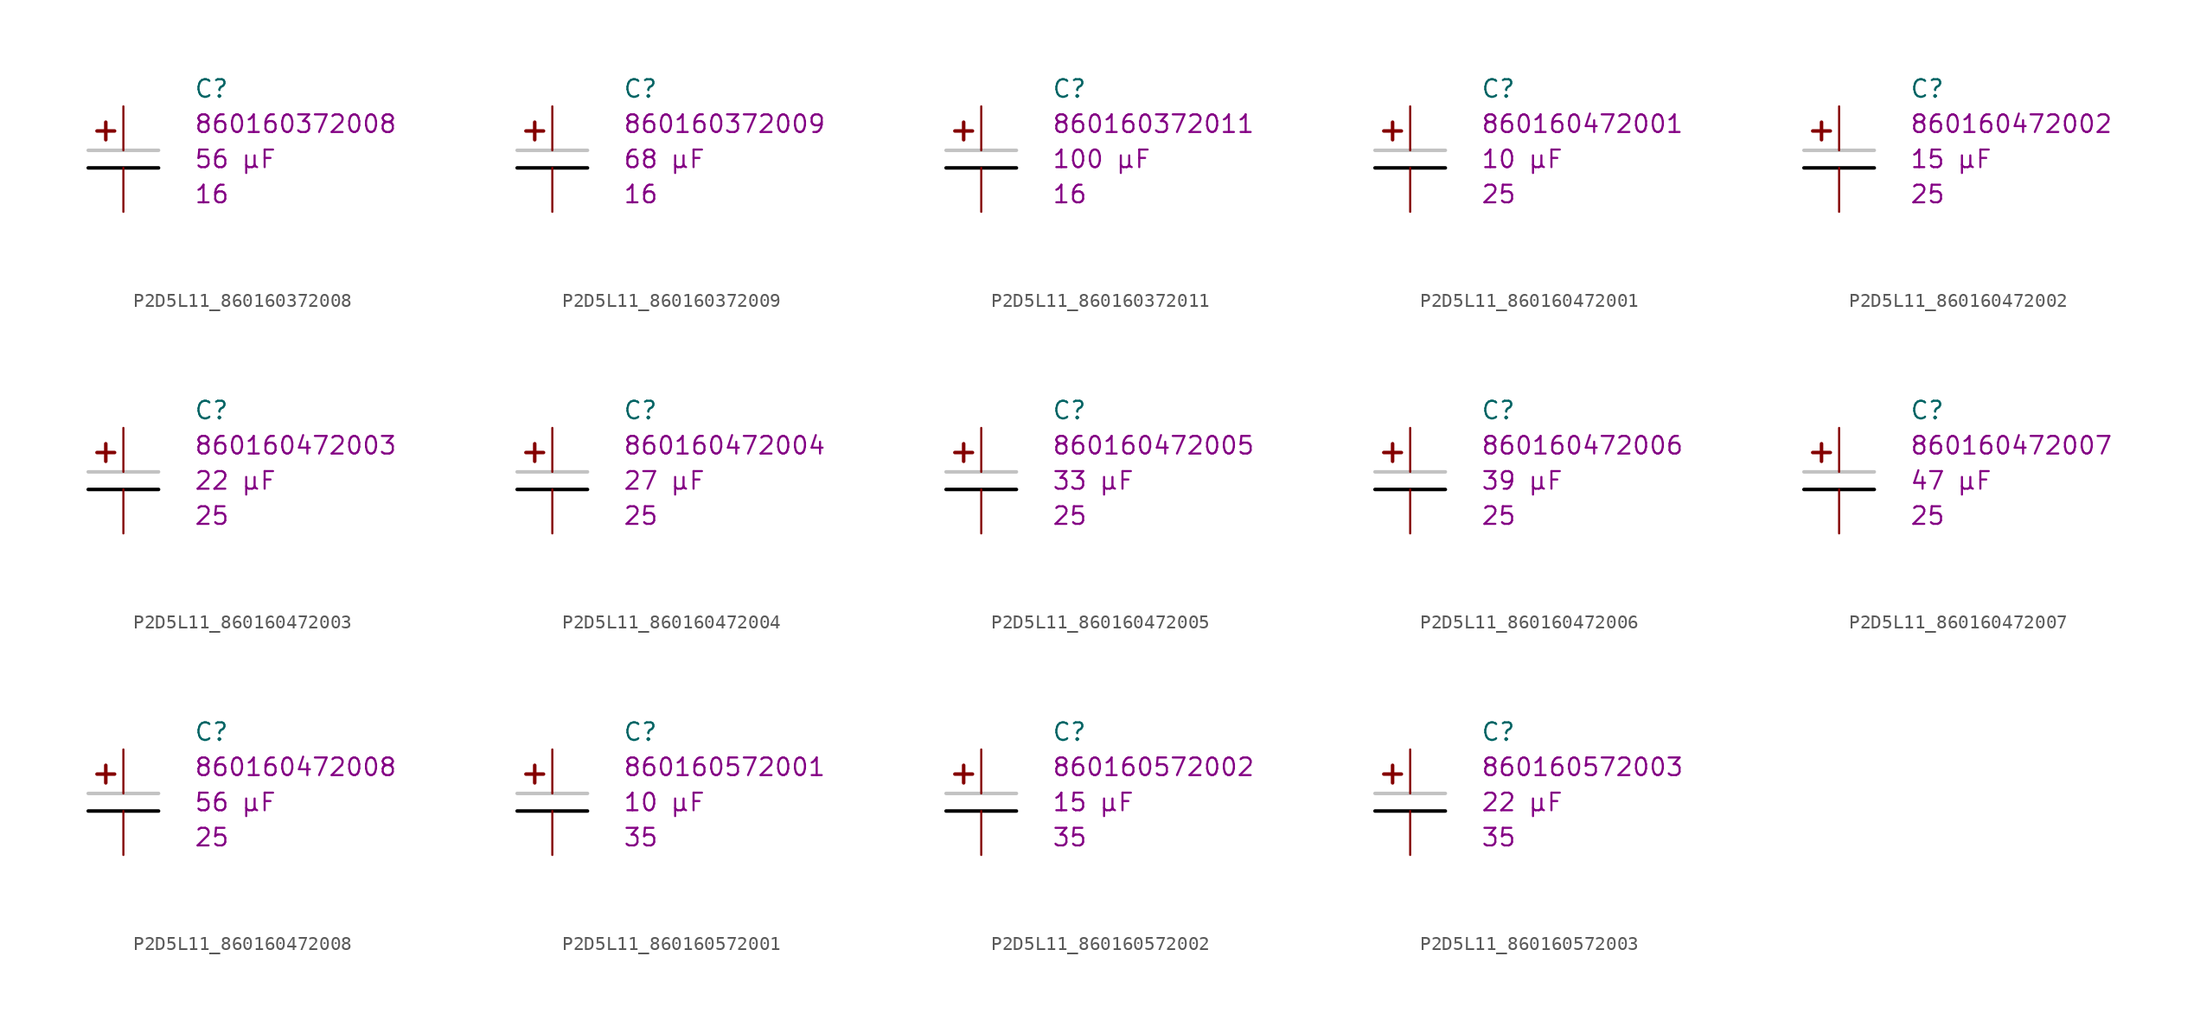
<source format=kicad_sym>
(kicad_symbol_lib
  (version 20220914)
  (generator kicad_symbol_editor)
  (symbol "P2D5L11_860160372008"
    (pin_numbers hide)
    (pin_names hide)
    (property "Reference" "C"
      (at 5.08 5.08 0)
      (effects (font (size 1.27 1.27)) (justify left)))
    (property "Part Number" "860160372008"
      (at 5.08 2.54 0)
      (effects (font (size 1.27 1.27)) (justify left)))
    (property "Capacitance" "56 µF"
      (at 5.08 0 0)
      (effects (font (size 1.27 1.27)) (justify left)))
    (property "Voltage" "16"
      (at 5.08 -2.54 0)
      (effects (font (size 1.27 1.27)) (justify left)))
    (property "Critical Parameter" ""
      (at 0 -7.62 0)
      (effects (font (size 1.27 1.27))))
    (symbol "P2D5L11_860160372008_1_1"
      (polyline (pts (xy -1.27 2.667) (xy -1.27 1.397)) (stroke (width 0.254) (type default)) (fill (type none)))
      (polyline (pts (xy -0.635 2.032) (xy -1.905 2.032)) (stroke (width 0.254) (type default)) (fill (type none)))
      (polyline (pts (xy 2.54 -0.635) (xy -2.54 -0.635)) (stroke (width 0.254) (type default) (color 0 0 0 1)) (fill (type none)))
      (polyline (pts (xy 2.54 0.635) (xy -2.54 0.635)) (stroke (width 0.254) (type default) (color 194 194 194 1)) (fill (type none)))
      (pin passive line (at 0 3.81 270) (length 3.175) (name "1" (effects (font (size 1.27 1.27)))) (number "1" (effects (font (size 1.27 1.27)))))
      (pin passive line (at 0 -3.81 90) (length 3.175) (name "2" (effects (font (size 1.27 1.27)))) (number "2" (effects (font (size 1.27 1.27)))))))
  (symbol "P2D5L11_860160372009"
    (pin_numbers hide)
    (pin_names hide)
    (property "Reference" "C"
      (at 5.08 5.08 0)
      (effects (font (size 1.27 1.27)) (justify left)))
    (property "Part Number" "860160372009"
      (at 5.08 2.54 0)
      (effects (font (size 1.27 1.27)) (justify left)))
    (property "Capacitance" "68 µF"
      (at 5.08 0 0)
      (effects (font (size 1.27 1.27)) (justify left)))
    (property "Voltage" "16"
      (at 5.08 -2.54 0)
      (effects (font (size 1.27 1.27)) (justify left)))
    (property "Critical Parameter" ""
      (at 0 -7.62 0)
      (effects (font (size 1.27 1.27))))
    (symbol "P2D5L11_860160372009_1_1"
      (polyline (pts (xy -1.27 2.667) (xy -1.27 1.397)) (stroke (width 0.254) (type default)) (fill (type none)))
      (polyline (pts (xy -0.635 2.032) (xy -1.905 2.032)) (stroke (width 0.254) (type default)) (fill (type none)))
      (polyline (pts (xy 2.54 -0.635) (xy -2.54 -0.635)) (stroke (width 0.254) (type default) (color 0 0 0 1)) (fill (type none)))
      (polyline (pts (xy 2.54 0.635) (xy -2.54 0.635)) (stroke (width 0.254) (type default) (color 194 194 194 1)) (fill (type none)))
      (pin passive line (at 0 3.81 270) (length 3.175) (name "1" (effects (font (size 1.27 1.27)))) (number "1" (effects (font (size 1.27 1.27)))))
      (pin passive line (at 0 -3.81 90) (length 3.175) (name "2" (effects (font (size 1.27 1.27)))) (number "2" (effects (font (size 1.27 1.27)))))))
  (symbol "P2D5L11_860160372011"
    (pin_numbers hide)
    (pin_names hide)
    (property "Reference" "C"
      (at 5.08 5.08 0)
      (effects (font (size 1.27 1.27)) (justify left)))
    (property "Part Number" "860160372011"
      (at 5.08 2.54 0)
      (effects (font (size 1.27 1.27)) (justify left)))
    (property "Capacitance" "100 µF"
      (at 5.08 0 0)
      (effects (font (size 1.27 1.27)) (justify left)))
    (property "Voltage" "16"
      (at 5.08 -2.54 0)
      (effects (font (size 1.27 1.27)) (justify left)))
    (property "Critical Parameter" ""
      (at 0 -7.62 0)
      (effects (font (size 1.27 1.27))))
    (symbol "P2D5L11_860160372011_1_1"
      (polyline (pts (xy -1.27 2.667) (xy -1.27 1.397)) (stroke (width 0.254) (type default)) (fill (type none)))
      (polyline (pts (xy -0.635 2.032) (xy -1.905 2.032)) (stroke (width 0.254) (type default)) (fill (type none)))
      (polyline (pts (xy 2.54 -0.635) (xy -2.54 -0.635)) (stroke (width 0.254) (type default) (color 0 0 0 1)) (fill (type none)))
      (polyline (pts (xy 2.54 0.635) (xy -2.54 0.635)) (stroke (width 0.254) (type default) (color 194 194 194 1)) (fill (type none)))
      (pin passive line (at 0 3.81 270) (length 3.175) (name "1" (effects (font (size 1.27 1.27)))) (number "1" (effects (font (size 1.27 1.27)))))
      (pin passive line (at 0 -3.81 90) (length 3.175) (name "2" (effects (font (size 1.27 1.27)))) (number "2" (effects (font (size 1.27 1.27)))))))
  (symbol "P2D5L11_860160472001"
    (pin_numbers hide)
    (pin_names hide)
    (property "Reference" "C"
      (at 5.08 5.08 0)
      (effects (font (size 1.27 1.27)) (justify left)))
    (property "Part Number" "860160472001"
      (at 5.08 2.54 0)
      (effects (font (size 1.27 1.27)) (justify left)))
    (property "Capacitance" "10 µF"
      (at 5.08 0 0)
      (effects (font (size 1.27 1.27)) (justify left)))
    (property "Voltage" "25"
      (at 5.08 -2.54 0)
      (effects (font (size 1.27 1.27)) (justify left)))
    (property "Critical Parameter" ""
      (at 0 -7.62 0)
      (effects (font (size 1.27 1.27))))
    (symbol "P2D5L11_860160472001_1_1"
      (polyline (pts (xy -1.27 2.667) (xy -1.27 1.397)) (stroke (width 0.254) (type default)) (fill (type none)))
      (polyline (pts (xy -0.635 2.032) (xy -1.905 2.032)) (stroke (width 0.254) (type default)) (fill (type none)))
      (polyline (pts (xy 2.54 -0.635) (xy -2.54 -0.635)) (stroke (width 0.254) (type default) (color 0 0 0 1)) (fill (type none)))
      (polyline (pts (xy 2.54 0.635) (xy -2.54 0.635)) (stroke (width 0.254) (type default) (color 194 194 194 1)) (fill (type none)))
      (pin passive line (at 0 3.81 270) (length 3.175) (name "1" (effects (font (size 1.27 1.27)))) (number "1" (effects (font (size 1.27 1.27)))))
      (pin passive line (at 0 -3.81 90) (length 3.175) (name "2" (effects (font (size 1.27 1.27)))) (number "2" (effects (font (size 1.27 1.27)))))))
  (symbol "P2D5L11_860160472002"
    (pin_numbers hide)
    (pin_names hide)
    (property "Reference" "C"
      (at 5.08 5.08 0)
      (effects (font (size 1.27 1.27)) (justify left)))
    (property "Part Number" "860160472002"
      (at 5.08 2.54 0)
      (effects (font (size 1.27 1.27)) (justify left)))
    (property "Capacitance" "15 µF"
      (at 5.08 0 0)
      (effects (font (size 1.27 1.27)) (justify left)))
    (property "Voltage" "25"
      (at 5.08 -2.54 0)
      (effects (font (size 1.27 1.27)) (justify left)))
    (property "Critical Parameter" ""
      (at 0 -7.62 0)
      (effects (font (size 1.27 1.27))))
    (symbol "P2D5L11_860160472002_1_1"
      (polyline (pts (xy -1.27 2.667) (xy -1.27 1.397)) (stroke (width 0.254) (type default)) (fill (type none)))
      (polyline (pts (xy -0.635 2.032) (xy -1.905 2.032)) (stroke (width 0.254) (type default)) (fill (type none)))
      (polyline (pts (xy 2.54 -0.635) (xy -2.54 -0.635)) (stroke (width 0.254) (type default) (color 0 0 0 1)) (fill (type none)))
      (polyline (pts (xy 2.54 0.635) (xy -2.54 0.635)) (stroke (width 0.254) (type default) (color 194 194 194 1)) (fill (type none)))
      (pin passive line (at 0 3.81 270) (length 3.175) (name "1" (effects (font (size 1.27 1.27)))) (number "1" (effects (font (size 1.27 1.27)))))
      (pin passive line (at 0 -3.81 90) (length 3.175) (name "2" (effects (font (size 1.27 1.27)))) (number "2" (effects (font (size 1.27 1.27)))))))
  (symbol "P2D5L11_860160472003"
    (pin_numbers hide)
    (pin_names hide)
    (property "Reference" "C"
      (at 5.08 5.08 0)
      (effects (font (size 1.27 1.27)) (justify left)))
    (property "Part Number" "860160472003"
      (at 5.08 2.54 0)
      (effects (font (size 1.27 1.27)) (justify left)))
    (property "Capacitance" "22 µF"
      (at 5.08 0 0)
      (effects (font (size 1.27 1.27)) (justify left)))
    (property "Voltage" "25"
      (at 5.08 -2.54 0)
      (effects (font (size 1.27 1.27)) (justify left)))
    (property "Critical Parameter" ""
      (at 0 -7.62 0)
      (effects (font (size 1.27 1.27))))
    (symbol "P2D5L11_860160472003_1_1"
      (polyline (pts (xy -1.27 2.667) (xy -1.27 1.397)) (stroke (width 0.254) (type default)) (fill (type none)))
      (polyline (pts (xy -0.635 2.032) (xy -1.905 2.032)) (stroke (width 0.254) (type default)) (fill (type none)))
      (polyline (pts (xy 2.54 -0.635) (xy -2.54 -0.635)) (stroke (width 0.254) (type default) (color 0 0 0 1)) (fill (type none)))
      (polyline (pts (xy 2.54 0.635) (xy -2.54 0.635)) (stroke (width 0.254) (type default) (color 194 194 194 1)) (fill (type none)))
      (pin passive line (at 0 3.81 270) (length 3.175) (name "1" (effects (font (size 1.27 1.27)))) (number "1" (effects (font (size 1.27 1.27)))))
      (pin passive line (at 0 -3.81 90) (length 3.175) (name "2" (effects (font (size 1.27 1.27)))) (number "2" (effects (font (size 1.27 1.27)))))))
  (symbol "P2D5L11_860160472004"
    (pin_numbers hide)
    (pin_names hide)
    (property "Reference" "C"
      (at 5.08 5.08 0)
      (effects (font (size 1.27 1.27)) (justify left)))
    (property "Part Number" "860160472004"
      (at 5.08 2.54 0)
      (effects (font (size 1.27 1.27)) (justify left)))
    (property "Capacitance" "27 µF"
      (at 5.08 0 0)
      (effects (font (size 1.27 1.27)) (justify left)))
    (property "Voltage" "25"
      (at 5.08 -2.54 0)
      (effects (font (size 1.27 1.27)) (justify left)))
    (property "Critical Parameter" ""
      (at 0 -7.62 0)
      (effects (font (size 1.27 1.27))))
    (symbol "P2D5L11_860160472004_1_1"
      (polyline (pts (xy -1.27 2.667) (xy -1.27 1.397)) (stroke (width 0.254) (type default)) (fill (type none)))
      (polyline (pts (xy -0.635 2.032) (xy -1.905 2.032)) (stroke (width 0.254) (type default)) (fill (type none)))
      (polyline (pts (xy 2.54 -0.635) (xy -2.54 -0.635)) (stroke (width 0.254) (type default) (color 0 0 0 1)) (fill (type none)))
      (polyline (pts (xy 2.54 0.635) (xy -2.54 0.635)) (stroke (width 0.254) (type default) (color 194 194 194 1)) (fill (type none)))
      (pin passive line (at 0 3.81 270) (length 3.175) (name "1" (effects (font (size 1.27 1.27)))) (number "1" (effects (font (size 1.27 1.27)))))
      (pin passive line (at 0 -3.81 90) (length 3.175) (name "2" (effects (font (size 1.27 1.27)))) (number "2" (effects (font (size 1.27 1.27)))))))
  (symbol "P2D5L11_860160472005"
    (pin_numbers hide)
    (pin_names hide)
    (property "Reference" "C"
      (at 5.08 5.08 0)
      (effects (font (size 1.27 1.27)) (justify left)))
    (property "Part Number" "860160472005"
      (at 5.08 2.54 0)
      (effects (font (size 1.27 1.27)) (justify left)))
    (property "Capacitance" "33 µF"
      (at 5.08 0 0)
      (effects (font (size 1.27 1.27)) (justify left)))
    (property "Voltage" "25"
      (at 5.08 -2.54 0)
      (effects (font (size 1.27 1.27)) (justify left)))
    (property "Critical Parameter" ""
      (at 0 -7.62 0)
      (effects (font (size 1.27 1.27))))
    (symbol "P2D5L11_860160472005_1_1"
      (polyline (pts (xy -1.27 2.667) (xy -1.27 1.397)) (stroke (width 0.254) (type default)) (fill (type none)))
      (polyline (pts (xy -0.635 2.032) (xy -1.905 2.032)) (stroke (width 0.254) (type default)) (fill (type none)))
      (polyline (pts (xy 2.54 -0.635) (xy -2.54 -0.635)) (stroke (width 0.254) (type default) (color 0 0 0 1)) (fill (type none)))
      (polyline (pts (xy 2.54 0.635) (xy -2.54 0.635)) (stroke (width 0.254) (type default) (color 194 194 194 1)) (fill (type none)))
      (pin passive line (at 0 3.81 270) (length 3.175) (name "1" (effects (font (size 1.27 1.27)))) (number "1" (effects (font (size 1.27 1.27)))))
      (pin passive line (at 0 -3.81 90) (length 3.175) (name "2" (effects (font (size 1.27 1.27)))) (number "2" (effects (font (size 1.27 1.27)))))))
  (symbol "P2D5L11_860160472006"
    (pin_numbers hide)
    (pin_names hide)
    (property "Reference" "C"
      (at 5.08 5.08 0)
      (effects (font (size 1.27 1.27)) (justify left)))
    (property "Part Number" "860160472006"
      (at 5.08 2.54 0)
      (effects (font (size 1.27 1.27)) (justify left)))
    (property "Capacitance" "39 µF"
      (at 5.08 0 0)
      (effects (font (size 1.27 1.27)) (justify left)))
    (property "Voltage" "25"
      (at 5.08 -2.54 0)
      (effects (font (size 1.27 1.27)) (justify left)))
    (property "Critical Parameter" ""
      (at 0 -7.62 0)
      (effects (font (size 1.27 1.27))))
    (symbol "P2D5L11_860160472006_1_1"
      (polyline (pts (xy -1.27 2.667) (xy -1.27 1.397)) (stroke (width 0.254) (type default)) (fill (type none)))
      (polyline (pts (xy -0.635 2.032) (xy -1.905 2.032)) (stroke (width 0.254) (type default)) (fill (type none)))
      (polyline (pts (xy 2.54 -0.635) (xy -2.54 -0.635)) (stroke (width 0.254) (type default) (color 0 0 0 1)) (fill (type none)))
      (polyline (pts (xy 2.54 0.635) (xy -2.54 0.635)) (stroke (width 0.254) (type default) (color 194 194 194 1)) (fill (type none)))
      (pin passive line (at 0 3.81 270) (length 3.175) (name "1" (effects (font (size 1.27 1.27)))) (number "1" (effects (font (size 1.27 1.27)))))
      (pin passive line (at 0 -3.81 90) (length 3.175) (name "2" (effects (font (size 1.27 1.27)))) (number "2" (effects (font (size 1.27 1.27)))))))
  (symbol "P2D5L11_860160472007"
    (pin_numbers hide)
    (pin_names hide)
    (property "Reference" "C"
      (at 5.08 5.08 0)
      (effects (font (size 1.27 1.27)) (justify left)))
    (property "Part Number" "860160472007"
      (at 5.08 2.54 0)
      (effects (font (size 1.27 1.27)) (justify left)))
    (property "Capacitance" "47 µF"
      (at 5.08 0 0)
      (effects (font (size 1.27 1.27)) (justify left)))
    (property "Voltage" "25"
      (at 5.08 -2.54 0)
      (effects (font (size 1.27 1.27)) (justify left)))
    (property "Critical Parameter" ""
      (at 0 -7.62 0)
      (effects (font (size 1.27 1.27))))
    (symbol "P2D5L11_860160472007_1_1"
      (polyline (pts (xy -1.27 2.667) (xy -1.27 1.397)) (stroke (width 0.254) (type default)) (fill (type none)))
      (polyline (pts (xy -0.635 2.032) (xy -1.905 2.032)) (stroke (width 0.254) (type default)) (fill (type none)))
      (polyline (pts (xy 2.54 -0.635) (xy -2.54 -0.635)) (stroke (width 0.254) (type default) (color 0 0 0 1)) (fill (type none)))
      (polyline (pts (xy 2.54 0.635) (xy -2.54 0.635)) (stroke (width 0.254) (type default) (color 194 194 194 1)) (fill (type none)))
      (pin passive line (at 0 3.81 270) (length 3.175) (name "1" (effects (font (size 1.27 1.27)))) (number "1" (effects (font (size 1.27 1.27)))))
      (pin passive line (at 0 -3.81 90) (length 3.175) (name "2" (effects (font (size 1.27 1.27)))) (number "2" (effects (font (size 1.27 1.27)))))))
  (symbol "P2D5L11_860160472008"
    (pin_numbers hide)
    (pin_names hide)
    (property "Reference" "C"
      (at 5.08 5.08 0)
      (effects (font (size 1.27 1.27)) (justify left)))
    (property "Part Number" "860160472008"
      (at 5.08 2.54 0)
      (effects (font (size 1.27 1.27)) (justify left)))
    (property "Capacitance" "56 µF"
      (at 5.08 0 0)
      (effects (font (size 1.27 1.27)) (justify left)))
    (property "Voltage" "25"
      (at 5.08 -2.54 0)
      (effects (font (size 1.27 1.27)) (justify left)))
    (property "Critical Parameter" ""
      (at 0 -7.62 0)
      (effects (font (size 1.27 1.27))))
    (symbol "P2D5L11_860160472008_1_1"
      (polyline (pts (xy -1.27 2.667) (xy -1.27 1.397)) (stroke (width 0.254) (type default)) (fill (type none)))
      (polyline (pts (xy -0.635 2.032) (xy -1.905 2.032)) (stroke (width 0.254) (type default)) (fill (type none)))
      (polyline (pts (xy 2.54 -0.635) (xy -2.54 -0.635)) (stroke (width 0.254) (type default) (color 0 0 0 1)) (fill (type none)))
      (polyline (pts (xy 2.54 0.635) (xy -2.54 0.635)) (stroke (width 0.254) (type default) (color 194 194 194 1)) (fill (type none)))
      (pin passive line (at 0 3.81 270) (length 3.175) (name "1" (effects (font (size 1.27 1.27)))) (number "1" (effects (font (size 1.27 1.27)))))
      (pin passive line (at 0 -3.81 90) (length 3.175) (name "2" (effects (font (size 1.27 1.27)))) (number "2" (effects (font (size 1.27 1.27)))))))
  (symbol "P2D5L11_860160572001"
    (pin_numbers hide)
    (pin_names hide)
    (property "Reference" "C"
      (at 5.08 5.08 0)
      (effects (font (size 1.27 1.27)) (justify left)))
    (property "Part Number" "860160572001"
      (at 5.08 2.54 0)
      (effects (font (size 1.27 1.27)) (justify left)))
    (property "Capacitance" "10 µF"
      (at 5.08 0 0)
      (effects (font (size 1.27 1.27)) (justify left)))
    (property "Voltage" "35"
      (at 5.08 -2.54 0)
      (effects (font (size 1.27 1.27)) (justify left)))
    (property "Critical Parameter" ""
      (at 0 -7.62 0)
      (effects (font (size 1.27 1.27))))
    (symbol "P2D5L11_860160572001_1_1"
      (polyline (pts (xy -1.27 2.667) (xy -1.27 1.397)) (stroke (width 0.254) (type default)) (fill (type none)))
      (polyline (pts (xy -0.635 2.032) (xy -1.905 2.032)) (stroke (width 0.254) (type default)) (fill (type none)))
      (polyline (pts (xy 2.54 -0.635) (xy -2.54 -0.635)) (stroke (width 0.254) (type default) (color 0 0 0 1)) (fill (type none)))
      (polyline (pts (xy 2.54 0.635) (xy -2.54 0.635)) (stroke (width 0.254) (type default) (color 194 194 194 1)) (fill (type none)))
      (pin passive line (at 0 3.81 270) (length 3.175) (name "1" (effects (font (size 1.27 1.27)))) (number "1" (effects (font (size 1.27 1.27)))))
      (pin passive line (at 0 -3.81 90) (length 3.175) (name "2" (effects (font (size 1.27 1.27)))) (number "2" (effects (font (size 1.27 1.27)))))))
  (symbol "P2D5L11_860160572002"
    (pin_numbers hide)
    (pin_names hide)
    (property "Reference" "C"
      (at 5.08 5.08 0)
      (effects (font (size 1.27 1.27)) (justify left)))
    (property "Part Number" "860160572002"
      (at 5.08 2.54 0)
      (effects (font (size 1.27 1.27)) (justify left)))
    (property "Capacitance" "15 µF"
      (at 5.08 0 0)
      (effects (font (size 1.27 1.27)) (justify left)))
    (property "Voltage" "35"
      (at 5.08 -2.54 0)
      (effects (font (size 1.27 1.27)) (justify left)))
    (property "Critical Parameter" ""
      (at 0 -7.62 0)
      (effects (font (size 1.27 1.27))))
    (symbol "P2D5L11_860160572002_1_1"
      (polyline (pts (xy -1.27 2.667) (xy -1.27 1.397)) (stroke (width 0.254) (type default)) (fill (type none)))
      (polyline (pts (xy -0.635 2.032) (xy -1.905 2.032)) (stroke (width 0.254) (type default)) (fill (type none)))
      (polyline (pts (xy 2.54 -0.635) (xy -2.54 -0.635)) (stroke (width 0.254) (type default) (color 0 0 0 1)) (fill (type none)))
      (polyline (pts (xy 2.54 0.635) (xy -2.54 0.635)) (stroke (width 0.254) (type default) (color 194 194 194 1)) (fill (type none)))
      (pin passive line (at 0 3.81 270) (length 3.175) (name "1" (effects (font (size 1.27 1.27)))) (number "1" (effects (font (size 1.27 1.27)))))
      (pin passive line (at 0 -3.81 90) (length 3.175) (name "2" (effects (font (size 1.27 1.27)))) (number "2" (effects (font (size 1.27 1.27)))))))
  (symbol "P2D5L11_860160572003"
    (pin_numbers hide)
    (pin_names hide)
    (property "Reference" "C"
      (at 5.08 5.08 0)
      (effects (font (size 1.27 1.27)) (justify left)))
    (property "Part Number" "860160572003"
      (at 5.08 2.54 0)
      (effects (font (size 1.27 1.27)) (justify left)))
    (property "Capacitance" "22 µF"
      (at 5.08 0 0)
      (effects (font (size 1.27 1.27)) (justify left)))
    (property "Voltage" "35"
      (at 5.08 -2.54 0)
      (effects (font (size 1.27 1.27)) (justify left)))
    (property "Critical Parameter" ""
      (at 0 -7.62 0)
      (effects (font (size 1.27 1.27))))
    (symbol "P2D5L11_860160572003_1_1"
      (polyline (pts (xy -1.27 2.667) (xy -1.27 1.397)) (stroke (width 0.254) (type default)) (fill (type none)))
      (polyline (pts (xy -0.635 2.032) (xy -1.905 2.032)) (stroke (width 0.254) (type default)) (fill (type none)))
      (polyline (pts (xy 2.54 -0.635) (xy -2.54 -0.635)) (stroke (width 0.254) (type default) (color 0 0 0 1)) (fill (type none)))
      (polyline (pts (xy 2.54 0.635) (xy -2.54 0.635)) (stroke (width 0.254) (type default) (color 194 194 194 1)) (fill (type none)))
      (pin passive line (at 0 3.81 270) (length 3.175) (name "1" (effects (font (size 1.27 1.27)))) (number "1" (effects (font (size 1.27 1.27)))))
      (pin passive line (at 0 -3.81 90) (length 3.175) (name "2" (effects (font (size 1.27 1.27)))) (number "2" (effects (font (size 1.27 1.27))))))))
</source>
